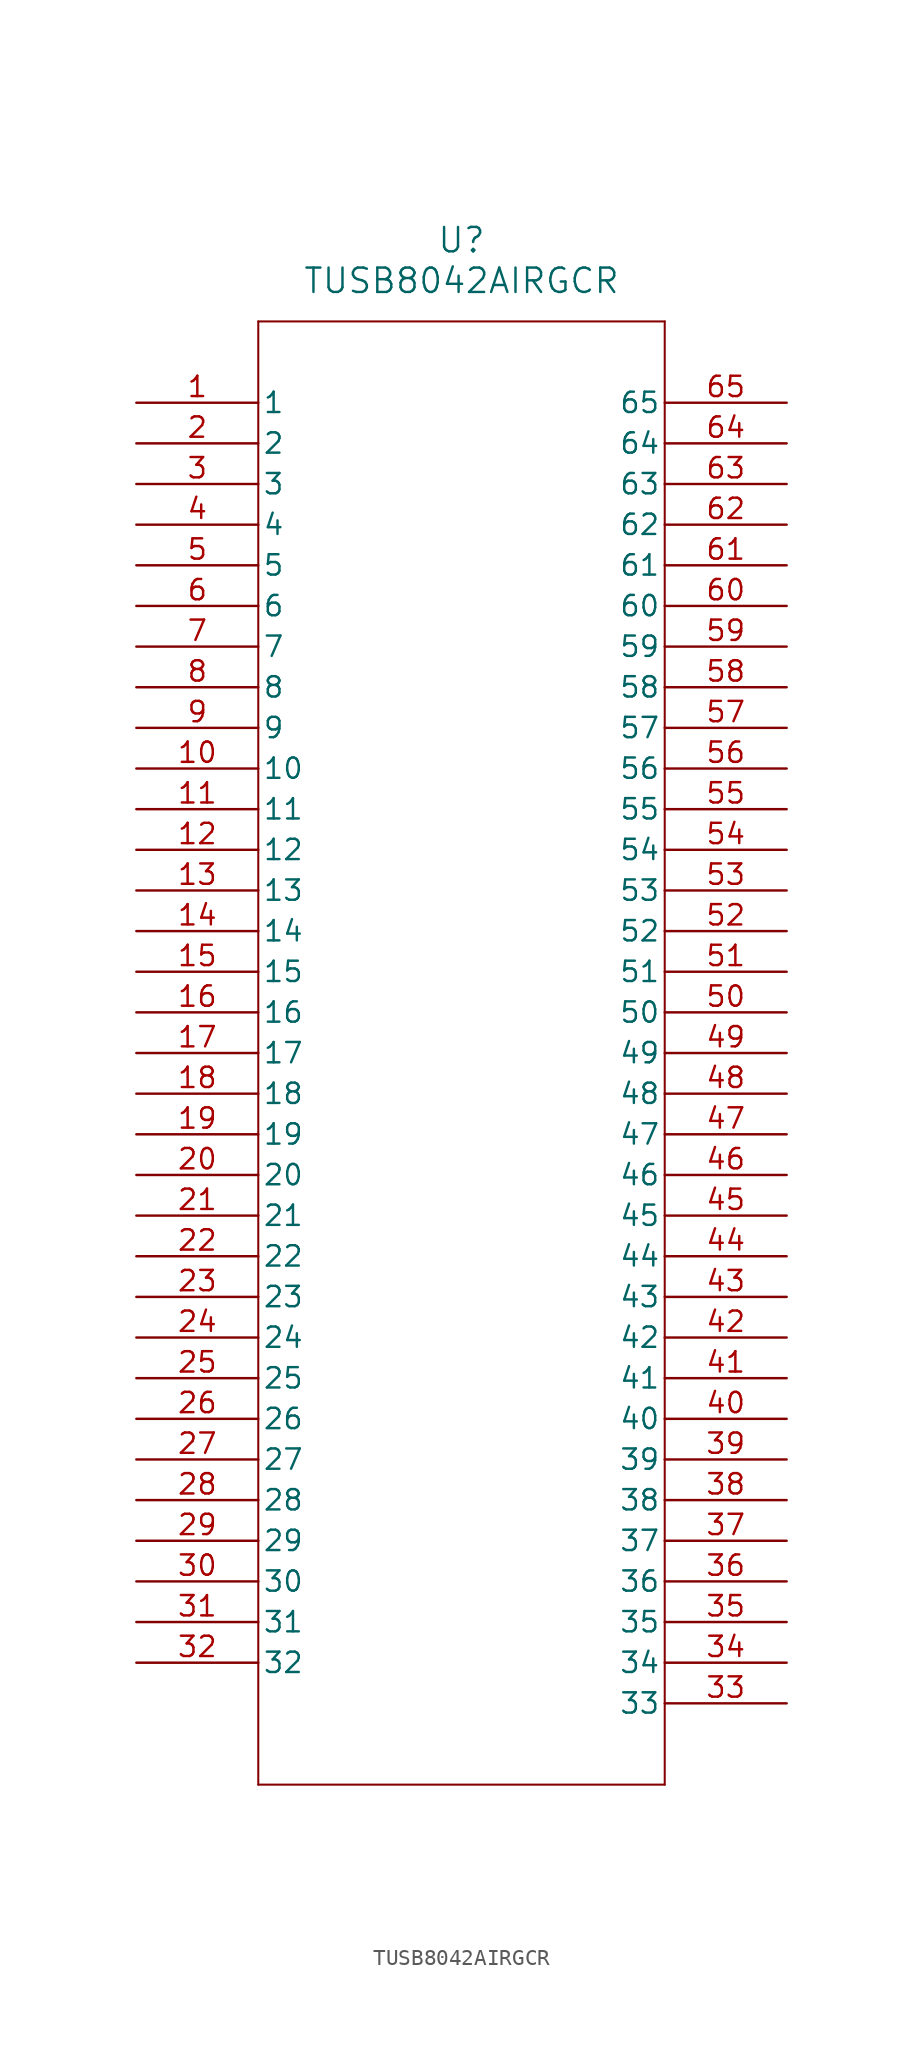
<source format=kicad_sym>
(kicad_symbol_lib
  (version 20211014)
  (generator kicad_symbol_editor)
  (symbol "TUSB8042AIRGCR"
    (pin_names
      (offset 0.254))
    (property "Reference" "U"
      (at 20.32 10.16 0)
      (effects (font (size 1.524 1.524))))
    (property "Value" "TUSB8042AIRGCR"
      (at 20.32 7.62 0)
      (effects (font (size 1.524 1.524))))
    (symbol "TUSB8042AIRGCR_0_1"
      (polyline (pts (xy 7.62 5.08) (xy 7.62 -86.36)) (stroke (width 0.127) (type default) (color 0 0 0 0)) (fill (type none)))
      (polyline (pts (xy 7.62 -86.36) (xy 33.02 -86.36)) (stroke (width 0.127) (type default) (color 0 0 0 0)) (fill (type none)))
      (polyline (pts (xy 33.02 -86.36) (xy 33.02 5.08)) (stroke (width 0.127) (type default) (color 0 0 0 0)) (fill (type none)))
      (polyline (pts (xy 33.02 5.08) (xy 7.62 5.08)) (stroke (width 0.127) (type default) (color 0 0 0 0)) (fill (type none)))
      (pin unspecified line (at 0 0 0) (length 7.62) (name "1" (effects (font (size 1.27 1.27)))) (number "1" (effects (font (size 1.27 1.27)))))
      (pin unspecified line (at 0 -2.54 0) (length 7.62) (name "2" (effects (font (size 1.27 1.27)))) (number "2" (effects (font (size 1.27 1.27)))))
      (pin unspecified line (at 0 -5.08 0) (length 7.62) (name "3" (effects (font (size 1.27 1.27)))) (number "3" (effects (font (size 1.27 1.27)))))
      (pin unspecified line (at 0 -7.62 0) (length 7.62) (name "4" (effects (font (size 1.27 1.27)))) (number "4" (effects (font (size 1.27 1.27)))))
      (pin unspecified line (at 0 -10.16 0) (length 7.62) (name "5" (effects (font (size 1.27 1.27)))) (number "5" (effects (font (size 1.27 1.27)))))
      (pin unspecified line (at 0 -12.7 0) (length 7.62) (name "6" (effects (font (size 1.27 1.27)))) (number "6" (effects (font (size 1.27 1.27)))))
      (pin unspecified line (at 0 -15.24 0) (length 7.62) (name "7" (effects (font (size 1.27 1.27)))) (number "7" (effects (font (size 1.27 1.27)))))
      (pin unspecified line (at 0 -17.78 0) (length 7.62) (name "8" (effects (font (size 1.27 1.27)))) (number "8" (effects (font (size 1.27 1.27)))))
      (pin unspecified line (at 0 -20.32 0) (length 7.62) (name "9" (effects (font (size 1.27 1.27)))) (number "9" (effects (font (size 1.27 1.27)))))
      (pin unspecified line (at 0 -22.86 0) (length 7.62) (name "10" (effects (font (size 1.27 1.27)))) (number "10" (effects (font (size 1.27 1.27)))))
      (pin unspecified line (at 0 -25.4 0) (length 7.62) (name "11" (effects (font (size 1.27 1.27)))) (number "11" (effects (font (size 1.27 1.27)))))
      (pin unspecified line (at 0 -27.94 0) (length 7.62) (name "12" (effects (font (size 1.27 1.27)))) (number "12" (effects (font (size 1.27 1.27)))))
      (pin unspecified line (at 0 -30.48 0) (length 7.62) (name "13" (effects (font (size 1.27 1.27)))) (number "13" (effects (font (size 1.27 1.27)))))
      (pin unspecified line (at 0 -33.02 0) (length 7.62) (name "14" (effects (font (size 1.27 1.27)))) (number "14" (effects (font (size 1.27 1.27)))))
      (pin unspecified line (at 0 -35.56 0) (length 7.62) (name "15" (effects (font (size 1.27 1.27)))) (number "15" (effects (font (size 1.27 1.27)))))
      (pin unspecified line (at 0 -38.1 0) (length 7.62) (name "16" (effects (font (size 1.27 1.27)))) (number "16" (effects (font (size 1.27 1.27)))))
      (pin unspecified line (at 0 -40.64 0) (length 7.62) (name "17" (effects (font (size 1.27 1.27)))) (number "17" (effects (font (size 1.27 1.27)))))
      (pin unspecified line (at 0 -43.18 0) (length 7.62) (name "18" (effects (font (size 1.27 1.27)))) (number "18" (effects (font (size 1.27 1.27)))))
      (pin unspecified line (at 0 -45.72 0) (length 7.62) (name "19" (effects (font (size 1.27 1.27)))) (number "19" (effects (font (size 1.27 1.27)))))
      (pin unspecified line (at 0 -48.26 0) (length 7.62) (name "20" (effects (font (size 1.27 1.27)))) (number "20" (effects (font (size 1.27 1.27)))))
      (pin unspecified line (at 0 -50.8 0) (length 7.62) (name "21" (effects (font (size 1.27 1.27)))) (number "21" (effects (font (size 1.27 1.27)))))
      (pin unspecified line (at 0 -53.34 0) (length 7.62) (name "22" (effects (font (size 1.27 1.27)))) (number "22" (effects (font (size 1.27 1.27)))))
      (pin unspecified line (at 0 -55.88 0) (length 7.62) (name "23" (effects (font (size 1.27 1.27)))) (number "23" (effects (font (size 1.27 1.27)))))
      (pin unspecified line (at 0 -58.42 0) (length 7.62) (name "24" (effects (font (size 1.27 1.27)))) (number "24" (effects (font (size 1.27 1.27)))))
      (pin unspecified line (at 0 -60.96 0) (length 7.62) (name "25" (effects (font (size 1.27 1.27)))) (number "25" (effects (font (size 1.27 1.27)))))
      (pin unspecified line (at 0 -63.5 0) (length 7.62) (name "26" (effects (font (size 1.27 1.27)))) (number "26" (effects (font (size 1.27 1.27)))))
      (pin unspecified line (at 0 -66.04 0) (length 7.62) (name "27" (effects (font (size 1.27 1.27)))) (number "27" (effects (font (size 1.27 1.27)))))
      (pin unspecified line (at 0 -68.58 0) (length 7.62) (name "28" (effects (font (size 1.27 1.27)))) (number "28" (effects (font (size 1.27 1.27)))))
      (pin unspecified line (at 0 -71.12 0) (length 7.62) (name "29" (effects (font (size 1.27 1.27)))) (number "29" (effects (font (size 1.27 1.27)))))
      (pin unspecified line (at 0 -73.66 0) (length 7.62) (name "30" (effects (font (size 1.27 1.27)))) (number "30" (effects (font (size 1.27 1.27)))))
      (pin unspecified line (at 0 -76.2 0) (length 7.62) (name "31" (effects (font (size 1.27 1.27)))) (number "31" (effects (font (size 1.27 1.27)))))
      (pin unspecified line (at 0 -78.74 0) (length 7.62) (name "32" (effects (font (size 1.27 1.27)))) (number "32" (effects (font (size 1.27 1.27)))))
      (pin unspecified line (at 40.64 -81.28 180) (length 7.62) (name "33" (effects (font (size 1.27 1.27)))) (number "33" (effects (font (size 1.27 1.27)))))
      (pin unspecified line (at 40.64 -78.74 180) (length 7.62) (name "34" (effects (font (size 1.27 1.27)))) (number "34" (effects (font (size 1.27 1.27)))))
      (pin unspecified line (at 40.64 -76.2 180) (length 7.62) (name "35" (effects (font (size 1.27 1.27)))) (number "35" (effects (font (size 1.27 1.27)))))
      (pin unspecified line (at 40.64 -73.66 180) (length 7.62) (name "36" (effects (font (size 1.27 1.27)))) (number "36" (effects (font (size 1.27 1.27)))))
      (pin unspecified line (at 40.64 -71.12 180) (length 7.62) (name "37" (effects (font (size 1.27 1.27)))) (number "37" (effects (font (size 1.27 1.27)))))
      (pin unspecified line (at 40.64 -68.58 180) (length 7.62) (name "38" (effects (font (size 1.27 1.27)))) (number "38" (effects (font (size 1.27 1.27)))))
      (pin unspecified line (at 40.64 -66.04 180) (length 7.62) (name "39" (effects (font (size 1.27 1.27)))) (number "39" (effects (font (size 1.27 1.27)))))
      (pin unspecified line (at 40.64 -63.5 180) (length 7.62) (name "40" (effects (font (size 1.27 1.27)))) (number "40" (effects (font (size 1.27 1.27)))))
      (pin unspecified line (at 40.64 -60.96 180) (length 7.62) (name "41" (effects (font (size 1.27 1.27)))) (number "41" (effects (font (size 1.27 1.27)))))
      (pin unspecified line (at 40.64 -58.42 180) (length 7.62) (name "42" (effects (font (size 1.27 1.27)))) (number "42" (effects (font (size 1.27 1.27)))))
      (pin unspecified line (at 40.64 -55.88 180) (length 7.62) (name "43" (effects (font (size 1.27 1.27)))) (number "43" (effects (font (size 1.27 1.27)))))
      (pin unspecified line (at 40.64 -53.34 180) (length 7.62) (name "44" (effects (font (size 1.27 1.27)))) (number "44" (effects (font (size 1.27 1.27)))))
      (pin unspecified line (at 40.64 -50.8 180) (length 7.62) (name "45" (effects (font (size 1.27 1.27)))) (number "45" (effects (font (size 1.27 1.27)))))
      (pin unspecified line (at 40.64 -48.26 180) (length 7.62) (name "46" (effects (font (size 1.27 1.27)))) (number "46" (effects (font (size 1.27 1.27)))))
      (pin unspecified line (at 40.64 -45.72 180) (length 7.62) (name "47" (effects (font (size 1.27 1.27)))) (number "47" (effects (font (size 1.27 1.27)))))
      (pin unspecified line (at 40.64 -43.18 180) (length 7.62) (name "48" (effects (font (size 1.27 1.27)))) (number "48" (effects (font (size 1.27 1.27)))))
      (pin unspecified line (at 40.64 -40.64 180) (length 7.62) (name "49" (effects (font (size 1.27 1.27)))) (number "49" (effects (font (size 1.27 1.27)))))
      (pin unspecified line (at 40.64 -38.1 180) (length 7.62) (name "50" (effects (font (size 1.27 1.27)))) (number "50" (effects (font (size 1.27 1.27)))))
      (pin unspecified line (at 40.64 -35.56 180) (length 7.62) (name "51" (effects (font (size 1.27 1.27)))) (number "51" (effects (font (size 1.27 1.27)))))
      (pin unspecified line (at 40.64 -33.02 180) (length 7.62) (name "52" (effects (font (size 1.27 1.27)))) (number "52" (effects (font (size 1.27 1.27)))))
      (pin unspecified line (at 40.64 -30.48 180) (length 7.62) (name "53" (effects (font (size 1.27 1.27)))) (number "53" (effects (font (size 1.27 1.27)))))
      (pin unspecified line (at 40.64 -27.94 180) (length 7.62) (name "54" (effects (font (size 1.27 1.27)))) (number "54" (effects (font (size 1.27 1.27)))))
      (pin unspecified line (at 40.64 -25.4 180) (length 7.62) (name "55" (effects (font (size 1.27 1.27)))) (number "55" (effects (font (size 1.27 1.27)))))
      (pin unspecified line (at 40.64 -22.86 180) (length 7.62) (name "56" (effects (font (size 1.27 1.27)))) (number "56" (effects (font (size 1.27 1.27)))))
      (pin unspecified line (at 40.64 -20.32 180) (length 7.62) (name "57" (effects (font (size 1.27 1.27)))) (number "57" (effects (font (size 1.27 1.27)))))
      (pin unspecified line (at 40.64 -17.78 180) (length 7.62) (name "58" (effects (font (size 1.27 1.27)))) (number "58" (effects (font (size 1.27 1.27)))))
      (pin unspecified line (at 40.64 -15.24 180) (length 7.62) (name "59" (effects (font (size 1.27 1.27)))) (number "59" (effects (font (size 1.27 1.27)))))
      (pin unspecified line (at 40.64 -12.7 180) (length 7.62) (name "60" (effects (font (size 1.27 1.27)))) (number "60" (effects (font (size 1.27 1.27)))))
      (pin unspecified line (at 40.64 -10.16 180) (length 7.62) (name "61" (effects (font (size 1.27 1.27)))) (number "61" (effects (font (size 1.27 1.27)))))
      (pin unspecified line (at 40.64 -7.62 180) (length 7.62) (name "62" (effects (font (size 1.27 1.27)))) (number "62" (effects (font (size 1.27 1.27)))))
      (pin unspecified line (at 40.64 -5.08 180) (length 7.62) (name "63" (effects (font (size 1.27 1.27)))) (number "63" (effects (font (size 1.27 1.27)))))
      (pin unspecified line (at 40.64 -2.54 180) (length 7.62) (name "64" (effects (font (size 1.27 1.27)))) (number "64" (effects (font (size 1.27 1.27)))))
      (pin unspecified line (at 40.64 0 180) (length 7.62) (name "65" (effects (font (size 1.27 1.27)))) (number "65" (effects (font (size 1.27 1.27))))))))
</source>
